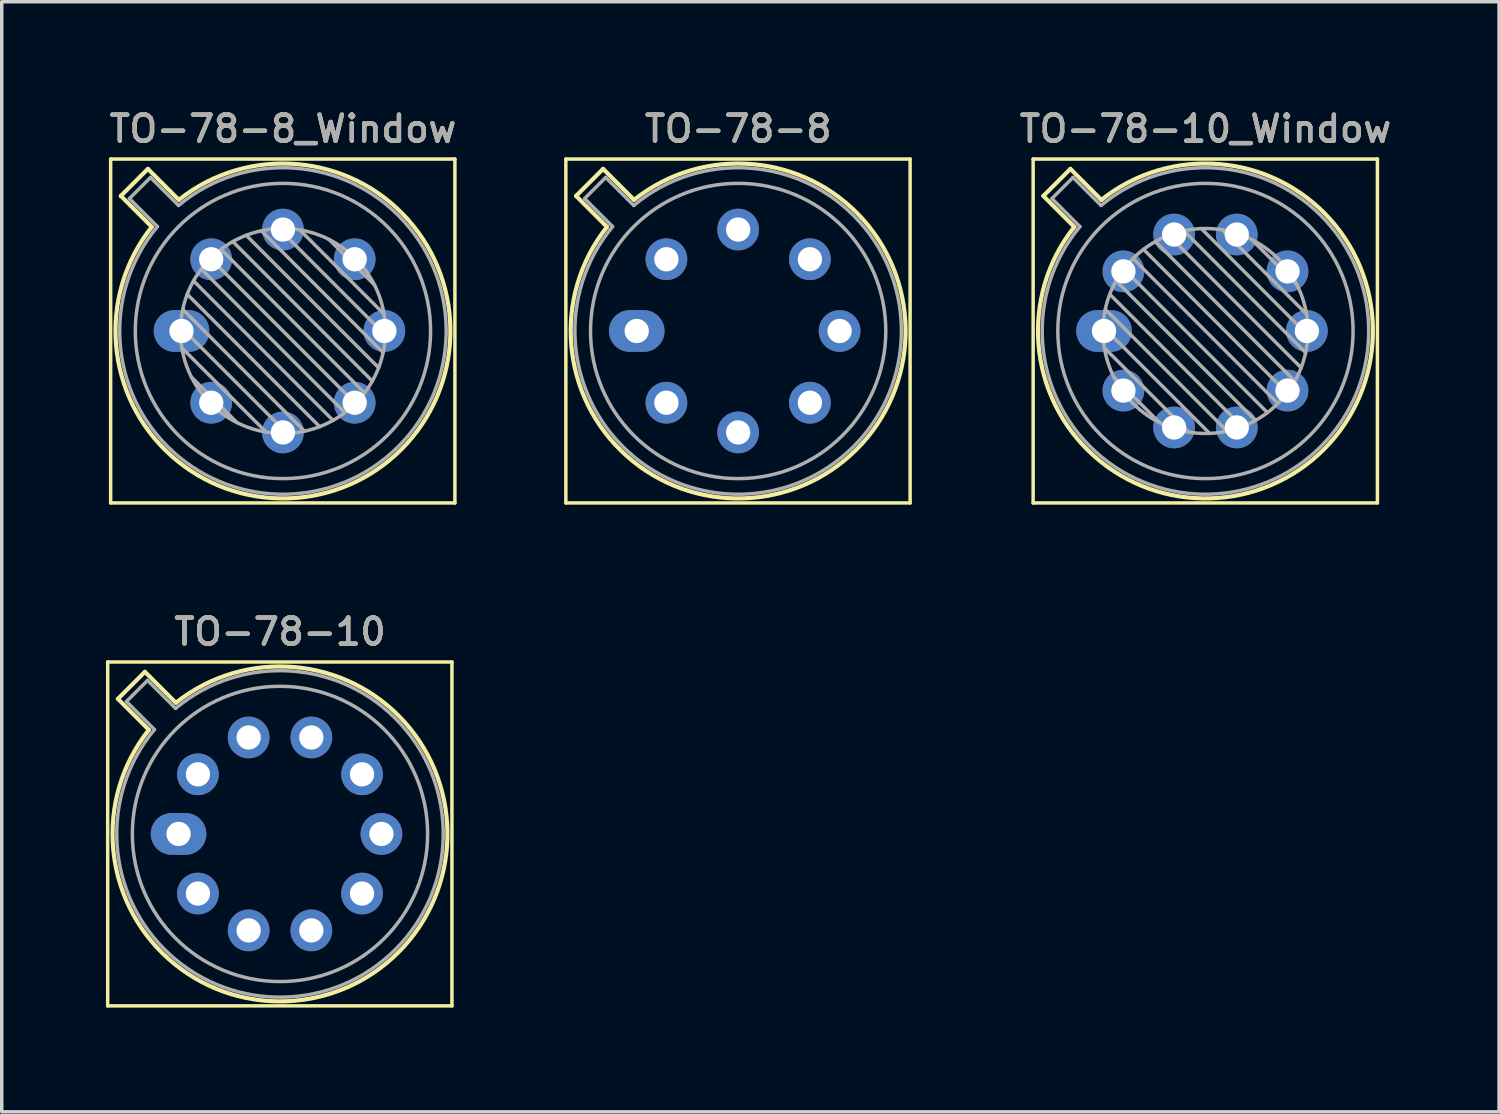
<source format=kicad_pcb>
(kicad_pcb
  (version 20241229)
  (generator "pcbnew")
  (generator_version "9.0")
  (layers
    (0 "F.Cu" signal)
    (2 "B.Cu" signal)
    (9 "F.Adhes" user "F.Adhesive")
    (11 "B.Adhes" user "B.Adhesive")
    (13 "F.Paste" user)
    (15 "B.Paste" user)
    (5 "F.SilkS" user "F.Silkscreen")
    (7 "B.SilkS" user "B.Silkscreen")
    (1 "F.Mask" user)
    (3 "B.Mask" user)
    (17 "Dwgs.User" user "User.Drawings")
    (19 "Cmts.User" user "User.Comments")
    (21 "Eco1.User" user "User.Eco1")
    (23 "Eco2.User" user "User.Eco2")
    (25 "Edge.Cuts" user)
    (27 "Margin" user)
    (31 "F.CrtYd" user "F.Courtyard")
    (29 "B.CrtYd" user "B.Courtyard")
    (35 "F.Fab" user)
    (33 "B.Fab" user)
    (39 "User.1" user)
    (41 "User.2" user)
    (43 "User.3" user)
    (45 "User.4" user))
  (footprint "TO-78-10_Window"
    (layer "F.Cu")
    (at 28.731 6.478)
    (property "Reference" "TO-78-10_Window" (at 2.92 -5.82 0) (layer "F.SilkS") (effects (font (size 0.75 0.75) (thickness 0.125))))
    (attr through_hole)
    (fp_line (start -2.04 -4.95) (end -2.04 4.95) (stroke (width 0.1) (type solid)) (layer "F.SilkS"))
    (fp_line (start -2.04 4.95) (end 7.87 4.95) (stroke (width 0.1) (type solid)) (layer "F.SilkS"))
    (fp_line (start -1.746 -3.888) (end -0.855 -2.997) (stroke (width 0.12) (type solid)) (layer "F.SilkS"))
    (fp_line (start -0.968 -4.666) (end -1.746 -3.888) (stroke (width 0.12) (type solid)) (layer "F.SilkS"))
    (fp_line (start -0.077 -3.775) (end -0.968 -4.666) (stroke (width 0.12) (type solid)) (layer "F.SilkS"))
    (fp_line (start 7.87 -4.95) (end -2.04 -4.95) (stroke (width 0.1) (type solid)) (layer "F.SilkS"))
    (fp_line (start 7.87 4.95) (end 7.87 -4.95) (stroke (width 0.1) (type solid)) (layer "F.SilkS"))
    (fp_arc (start -0.077084 -3.774902) (mid 6.328255 3.408255) (end -0.854902 -2.997084) (stroke (width 0.12) (type solid)) (layer "F.SilkS"))
    (fp_line (start -1.5 -3.812) (end -0.694 -3.005) (stroke (width 0.1) (type solid)) (layer "F.Fab"))
    (fp_line (start -0.892 -4.42) (end -1.5 -3.812) (stroke (width 0.1) (type solid)) (layer "F.Fab"))
    (fp_line (start -0.085 -3.614) (end -0.892 -4.42) (stroke (width 0.1) (type solid)) (layer "F.Fab"))
    (fp_line (start -0.028 -0.12) (end 3.04 2.948) (stroke (width 0.1) (type solid)) (layer "F.Fab"))
    (fp_line (start 0.009 0.485) (end 2.435 2.911) (stroke (width 0.1) (type solid)) (layer "F.Fab"))
    (fp_line (start 0.036 -0.622) (end 3.542 2.884) (stroke (width 0.1) (type solid)) (layer "F.Fab"))
    (fp_line (start 0.165 -1.058) (end 3.978 2.755) (stroke (width 0.1) (type solid)) (layer "F.Fab"))
    (fp_line (start 0.283 1.324) (end 1.596 2.637) (stroke (width 0.1) (type solid)) (layer "F.Fab"))
    (fp_line (start 0.346 -1.443) (end 4.363 2.574) (stroke (width 0.1) (type solid)) (layer "F.Fab"))
    (fp_line (start 0.57 -1.784) (end 4.704 2.35) (stroke (width 0.1) (type solid)) (layer "F.Fab"))
    (fp_line (start 0.834 -2.086) (end 5.006 2.086) (stroke (width 0.1) (type solid)) (layer "F.Fab"))
    (fp_line (start 1.136 -2.35) (end 5.27 1.784) (stroke (width 0.1) (type solid)) (layer "F.Fab"))
    (fp_line (start 1.477 -2.574) (end 5.494 1.443) (stroke (width 0.1) (type solid)) (layer "F.Fab"))
    (fp_line (start 1.862 -2.755) (end 5.675 1.058) (stroke (width 0.1) (type solid)) (layer "F.Fab"))
    (fp_line (start 2.298 -2.884) (end 5.804 0.622) (stroke (width 0.1) (type solid)) (layer "F.Fab"))
    (fp_line (start 2.8 -2.948) (end 5.868 0.12) (stroke (width 0.1) (type solid)) (layer "F.Fab"))
    (fp_line (start 3.405 -2.911) (end 5.831 -0.485) (stroke (width 0.1) (type solid)) (layer "F.Fab"))
    (fp_line (start 4.244 -2.637) (end 5.557 -1.324) (stroke (width 0.1) (type solid)) (layer "F.Fab"))
    (fp_arc (start -0.085408 -3.61352) (mid 6.243402 3.323402) (end -0.69352 -3.005408) (stroke (width 0.1) (type solid)) (layer "F.Fab"))
    (fp_circle (center 2.92 0) (end 5.87 0) (stroke (width 0.1) (type solid)) (fill no) (layer "F.Fab"))
    (fp_circle (center 2.92 0) (end 7.17 0) (stroke (width 0.1) (type solid)) (fill no) (layer "F.Fab"))
    (fp_text user "${REFERENCE}" (at 2.92 -5.82 0) (layer "F.Fab") (effects (font (size 0.75 0.75) (thickness 0.125))))
    (pad "1" thru_hole oval (at 0 0) (size 1.6 1.2) (drill 0.7) (layers "*.Cu" "*.Mask"))
    (pad "2" thru_hole circle (at 0.558 1.716) (size 1.2 1.2) (drill 0.7) (layers "*.Cu" "*.Mask"))
    (pad "3" thru_hole circle (at 2.018 2.777) (size 1.2 1.2) (drill 0.7) (layers "*.Cu" "*.Mask"))
    (pad "4" thru_hole circle (at 3.822 2.777) (size 1.2 1.2) (drill 0.7) (layers "*.Cu" "*.Mask"))
    (pad "5" thru_hole circle (at 5.282 1.716) (size 1.2 1.2) (drill 0.7) (layers "*.Cu" "*.Mask"))
    (pad "6" thru_hole circle (at 5.84 0) (size 1.2 1.2) (drill 0.7) (layers "*.Cu" "*.Mask"))
    (pad "7" thru_hole circle (at 5.282 -1.716) (size 1.2 1.2) (drill 0.7) (layers "*.Cu" "*.Mask"))
    (pad "8" thru_hole circle (at 3.822 -2.777) (size 1.2 1.2) (drill 0.7) (layers "*.Cu" "*.Mask"))
    (pad "9" thru_hole circle (at 2.018 -2.777) (size 1.2 1.2) (drill 0.7) (layers "*.Cu" "*.Mask"))
    (pad "10" thru_hole circle (at 0.558 -1.716) (size 1.2 1.2) (drill 0.7) (layers "*.Cu" "*.Mask")))
  (footprint "TO-78-8_Window"
    (layer "F.Cu")
    (at 2.175 6.478)
    (property "Reference" "TO-78-8_Window" (at 2.92 -5.82 0) (layer "F.SilkS") (effects (font (size 0.75 0.75) (thickness 0.125))))
    (attr through_hole)
    (fp_line (start -2.04 -4.95) (end -2.04 4.95) (stroke (width 0.1) (type solid)) (layer "F.SilkS"))
    (fp_line (start -2.04 4.95) (end 7.87 4.95) (stroke (width 0.1) (type solid)) (layer "F.SilkS"))
    (fp_line (start -1.746 -3.888) (end -0.855 -2.997) (stroke (width 0.12) (type solid)) (layer "F.SilkS"))
    (fp_line (start -0.968 -4.666) (end -1.746 -3.888) (stroke (width 0.12) (type solid)) (layer "F.SilkS"))
    (fp_line (start -0.077 -3.775) (end -0.968 -4.666) (stroke (width 0.12) (type solid)) (layer "F.SilkS"))
    (fp_line (start 7.87 -4.95) (end -2.04 -4.95) (stroke (width 0.1) (type solid)) (layer "F.SilkS"))
    (fp_line (start 7.87 4.95) (end 7.87 -4.95) (stroke (width 0.1) (type solid)) (layer "F.SilkS"))
    (fp_arc (start -0.077084 -3.774902) (mid 6.328255 3.408255) (end -0.854902 -2.997084) (stroke (width 0.12) (type solid)) (layer "F.SilkS"))
    (fp_line (start -1.5 -3.812) (end -0.694 -3.005) (stroke (width 0.1) (type solid)) (layer "F.Fab"))
    (fp_line (start -0.892 -4.42) (end -1.5 -3.812) (stroke (width 0.1) (type solid)) (layer "F.Fab"))
    (fp_line (start -0.085 -3.614) (end -0.892 -4.42) (stroke (width 0.1) (type solid)) (layer "F.Fab"))
    (fp_line (start -0.028 -0.12) (end 3.04 2.948) (stroke (width 0.1) (type solid)) (layer "F.Fab"))
    (fp_line (start 0.009 0.485) (end 2.435 2.911) (stroke (width 0.1) (type solid)) (layer "F.Fab"))
    (fp_line (start 0.036 -0.622) (end 3.542 2.884) (stroke (width 0.1) (type solid)) (layer "F.Fab"))
    (fp_line (start 0.165 -1.058) (end 3.978 2.755) (stroke (width 0.1) (type solid)) (layer "F.Fab"))
    (fp_line (start 0.283 1.324) (end 1.596 2.637) (stroke (width 0.1) (type solid)) (layer "F.Fab"))
    (fp_line (start 0.346 -1.443) (end 4.363 2.574) (stroke (width 0.1) (type solid)) (layer "F.Fab"))
    (fp_line (start 0.57 -1.784) (end 4.704 2.35) (stroke (width 0.1) (type solid)) (layer "F.Fab"))
    (fp_line (start 0.834 -2.086) (end 5.006 2.086) (stroke (width 0.1) (type solid)) (layer "F.Fab"))
    (fp_line (start 1.136 -2.35) (end 5.27 1.784) (stroke (width 0.1) (type solid)) (layer "F.Fab"))
    (fp_line (start 1.477 -2.574) (end 5.494 1.443) (stroke (width 0.1) (type solid)) (layer "F.Fab"))
    (fp_line (start 1.862 -2.755) (end 5.675 1.058) (stroke (width 0.1) (type solid)) (layer "F.Fab"))
    (fp_line (start 2.298 -2.884) (end 5.804 0.622) (stroke (width 0.1) (type solid)) (layer "F.Fab"))
    (fp_line (start 2.8 -2.948) (end 5.868 0.12) (stroke (width 0.1) (type solid)) (layer "F.Fab"))
    (fp_line (start 3.405 -2.911) (end 5.831 -0.485) (stroke (width 0.1) (type solid)) (layer "F.Fab"))
    (fp_line (start 4.244 -2.637) (end 5.557 -1.324) (stroke (width 0.1) (type solid)) (layer "F.Fab"))
    (fp_arc (start -0.085408 -3.61352) (mid 6.243402 3.323402) (end -0.69352 -3.005408) (stroke (width 0.1) (type solid)) (layer "F.Fab"))
    (fp_circle (center 2.92 0) (end 5.87 0) (stroke (width 0.1) (type solid)) (fill no) (layer "F.Fab"))
    (fp_circle (center 2.92 0) (end 7.17 0) (stroke (width 0.1) (type solid)) (fill no) (layer "F.Fab"))
    (fp_text user "${REFERENCE}" (at 2.92 -5.82 0) (layer "F.Fab") (effects (font (size 0.75 0.75) (thickness 0.125))))
    (pad "1" thru_hole oval (at 0 0) (size 1.6 1.2) (drill 0.7) (layers "*.Cu" "*.Mask"))
    (pad "2" thru_hole circle (at 0.855 2.065) (size 1.2 1.2) (drill 0.7) (layers "*.Cu" "*.Mask"))
    (pad "3" thru_hole circle (at 2.92 2.92) (size 1.2 1.2) (drill 0.7) (layers "*.Cu" "*.Mask"))
    (pad "4" thru_hole circle (at 4.985 2.065) (size 1.2 1.2) (drill 0.7) (layers "*.Cu" "*.Mask"))
    (pad "5" thru_hole circle (at 5.84 0) (size 1.2 1.2) (drill 0.7) (layers "*.Cu" "*.Mask"))
    (pad "6" thru_hole circle (at 4.985 -2.065) (size 1.2 1.2) (drill 0.7) (layers "*.Cu" "*.Mask"))
    (pad "7" thru_hole circle (at 2.92 -2.92) (size 1.2 1.2) (drill 0.7) (layers "*.Cu" "*.Mask"))
    (pad "8" thru_hole circle (at 0.855 -2.065) (size 1.2 1.2) (drill 0.7) (layers "*.Cu" "*.Mask")))
  (footprint "TO-78-8"
    (layer "F.Cu")
    (at 15.279 6.478)
    (property "Reference" "TO-78-8" (at 2.92 -5.82 0) (layer "F.SilkS") (effects (font (size 0.75 0.75) (thickness 0.125))))
    (attr through_hole)
    (fp_line (start -2.04 -4.95) (end -2.04 4.95) (stroke (width 0.1) (type solid)) (layer "F.SilkS"))
    (fp_line (start -2.04 4.95) (end 7.87 4.95) (stroke (width 0.1) (type solid)) (layer "F.SilkS"))
    (fp_line (start -1.746 -3.888) (end -0.855 -2.997) (stroke (width 0.12) (type solid)) (layer "F.SilkS"))
    (fp_line (start -0.968 -4.666) (end -1.746 -3.888) (stroke (width 0.12) (type solid)) (layer "F.SilkS"))
    (fp_line (start -0.077 -3.775) (end -0.968 -4.666) (stroke (width 0.12) (type solid)) (layer "F.SilkS"))
    (fp_line (start 7.87 -4.95) (end -2.04 -4.95) (stroke (width 0.1) (type solid)) (layer "F.SilkS"))
    (fp_line (start 7.87 4.95) (end 7.87 -4.95) (stroke (width 0.1) (type solid)) (layer "F.SilkS"))
    (fp_arc (start -0.077084 -3.774902) (mid 6.328255 3.408255) (end -0.854902 -2.997084) (stroke (width 0.12) (type solid)) (layer "F.SilkS"))
    (fp_line (start -1.5 -3.812) (end -0.694 -3.005) (stroke (width 0.1) (type solid)) (layer "F.Fab"))
    (fp_line (start -0.892 -4.42) (end -1.5 -3.812) (stroke (width 0.1) (type solid)) (layer "F.Fab"))
    (fp_line (start -0.085 -3.614) (end -0.892 -4.42) (stroke (width 0.1) (type solid)) (layer "F.Fab"))
    (fp_arc (start -0.085408 -3.61352) (mid 6.243402 3.323402) (end -0.69352 -3.005408) (stroke (width 0.1) (type solid)) (layer "F.Fab"))
    (fp_circle (center 2.92 0) (end 7.17 0) (stroke (width 0.1) (type solid)) (fill no) (layer "F.Fab"))
    (fp_text user "${REFERENCE}" (at 2.92 -5.82 0) (layer "F.Fab") (effects (font (size 0.75 0.75) (thickness 0.125))))
    (pad "1" thru_hole oval (at 0 0) (size 1.6 1.2) (drill 0.7) (layers "*.Cu" "*.Mask"))
    (pad "2" thru_hole circle (at 0.855 2.065) (size 1.2 1.2) (drill 0.7) (layers "*.Cu" "*.Mask"))
    (pad "3" thru_hole circle (at 2.92 2.92) (size 1.2 1.2) (drill 0.7) (layers "*.Cu" "*.Mask"))
    (pad "4" thru_hole circle (at 4.985 2.065) (size 1.2 1.2) (drill 0.7) (layers "*.Cu" "*.Mask"))
    (pad "5" thru_hole circle (at 5.84 0) (size 1.2 1.2) (drill 0.7) (layers "*.Cu" "*.Mask"))
    (pad "6" thru_hole circle (at 4.985 -2.065) (size 1.2 1.2) (drill 0.7) (layers "*.Cu" "*.Mask"))
    (pad "7" thru_hole circle (at 2.92 -2.92) (size 1.2 1.2) (drill 0.7) (layers "*.Cu" "*.Mask"))
    (pad "8" thru_hole circle (at 0.855 -2.065) (size 1.2 1.2) (drill 0.7) (layers "*.Cu" "*.Mask")))
  (footprint "TO-78-10"
    (layer "F.Cu")
    (at 2.09 20.956)
    (property "Reference" "TO-78-10" (at 2.92 -5.82 0) (layer "F.SilkS") (effects (font (size 0.75 0.75) (thickness 0.125))))
    (attr through_hole)
    (fp_line (start -2.04 -4.95) (end -2.04 4.95) (stroke (width 0.1) (type solid)) (layer "F.SilkS"))
    (fp_line (start -2.04 4.95) (end 7.87 4.95) (stroke (width 0.1) (type solid)) (layer "F.SilkS"))
    (fp_line (start -1.746 -3.888) (end -0.855 -2.997) (stroke (width 0.12) (type solid)) (layer "F.SilkS"))
    (fp_line (start -0.968 -4.666) (end -1.746 -3.888) (stroke (width 0.12) (type solid)) (layer "F.SilkS"))
    (fp_line (start -0.077 -3.775) (end -0.968 -4.666) (stroke (width 0.12) (type solid)) (layer "F.SilkS"))
    (fp_line (start 7.87 -4.95) (end -2.04 -4.95) (stroke (width 0.1) (type solid)) (layer "F.SilkS"))
    (fp_line (start 7.87 4.95) (end 7.87 -4.95) (stroke (width 0.1) (type solid)) (layer "F.SilkS"))
    (fp_arc (start -0.077084 -3.774902) (mid 6.328255 3.408255) (end -0.854902 -2.997084) (stroke (width 0.12) (type solid)) (layer "F.SilkS"))
    (fp_line (start -1.5 -3.812) (end -0.694 -3.005) (stroke (width 0.1) (type solid)) (layer "F.Fab"))
    (fp_line (start -0.892 -4.42) (end -1.5 -3.812) (stroke (width 0.1) (type solid)) (layer "F.Fab"))
    (fp_line (start -0.085 -3.614) (end -0.892 -4.42) (stroke (width 0.1) (type solid)) (layer "F.Fab"))
    (fp_arc (start -0.085408 -3.61352) (mid 6.243402 3.323402) (end -0.69352 -3.005408) (stroke (width 0.1) (type solid)) (layer "F.Fab"))
    (fp_circle (center 2.92 0) (end 7.17 0) (stroke (width 0.1) (type solid)) (fill no) (layer "F.Fab"))
    (fp_text user "${REFERENCE}" (at 2.92 -5.82 0) (layer "F.Fab") (effects (font (size 0.75 0.75) (thickness 0.125))))
    (pad "1" thru_hole oval (at 0 0) (size 1.6 1.2) (drill 0.7) (layers "*.Cu" "*.Mask"))
    (pad "2" thru_hole circle (at 0.558 1.716) (size 1.2 1.2) (drill 0.7) (layers "*.Cu" "*.Mask"))
    (pad "3" thru_hole circle (at 2.018 2.777) (size 1.2 1.2) (drill 0.7) (layers "*.Cu" "*.Mask"))
    (pad "4" thru_hole circle (at 3.822 2.777) (size 1.2 1.2) (drill 0.7) (layers "*.Cu" "*.Mask"))
    (pad "5" thru_hole circle (at 5.282 1.716) (size 1.2 1.2) (drill 0.7) (layers "*.Cu" "*.Mask"))
    (pad "6" thru_hole circle (at 5.84 0) (size 1.2 1.2) (drill 0.7) (layers "*.Cu" "*.Mask"))
    (pad "7" thru_hole circle (at 5.282 -1.716) (size 1.2 1.2) (drill 0.7) (layers "*.Cu" "*.Mask"))
    (pad "8" thru_hole circle (at 3.822 -2.777) (size 1.2 1.2) (drill 0.7) (layers "*.Cu" "*.Mask"))
    (pad "9" thru_hole circle (at 2.018 -2.777) (size 1.2 1.2) (drill 0.7) (layers "*.Cu" "*.Mask"))
    (pad "10" thru_hole circle (at 0.558 -1.716) (size 1.2 1.2) (drill 0.7) (layers "*.Cu" "*.Mask")))
  (gr_rect
    (start -3 -3)
    (end 40.103 28.956)
    (stroke (width 0.1) (type default))
    (fill no)
    (layer "Edge.Cuts")))
</source>
